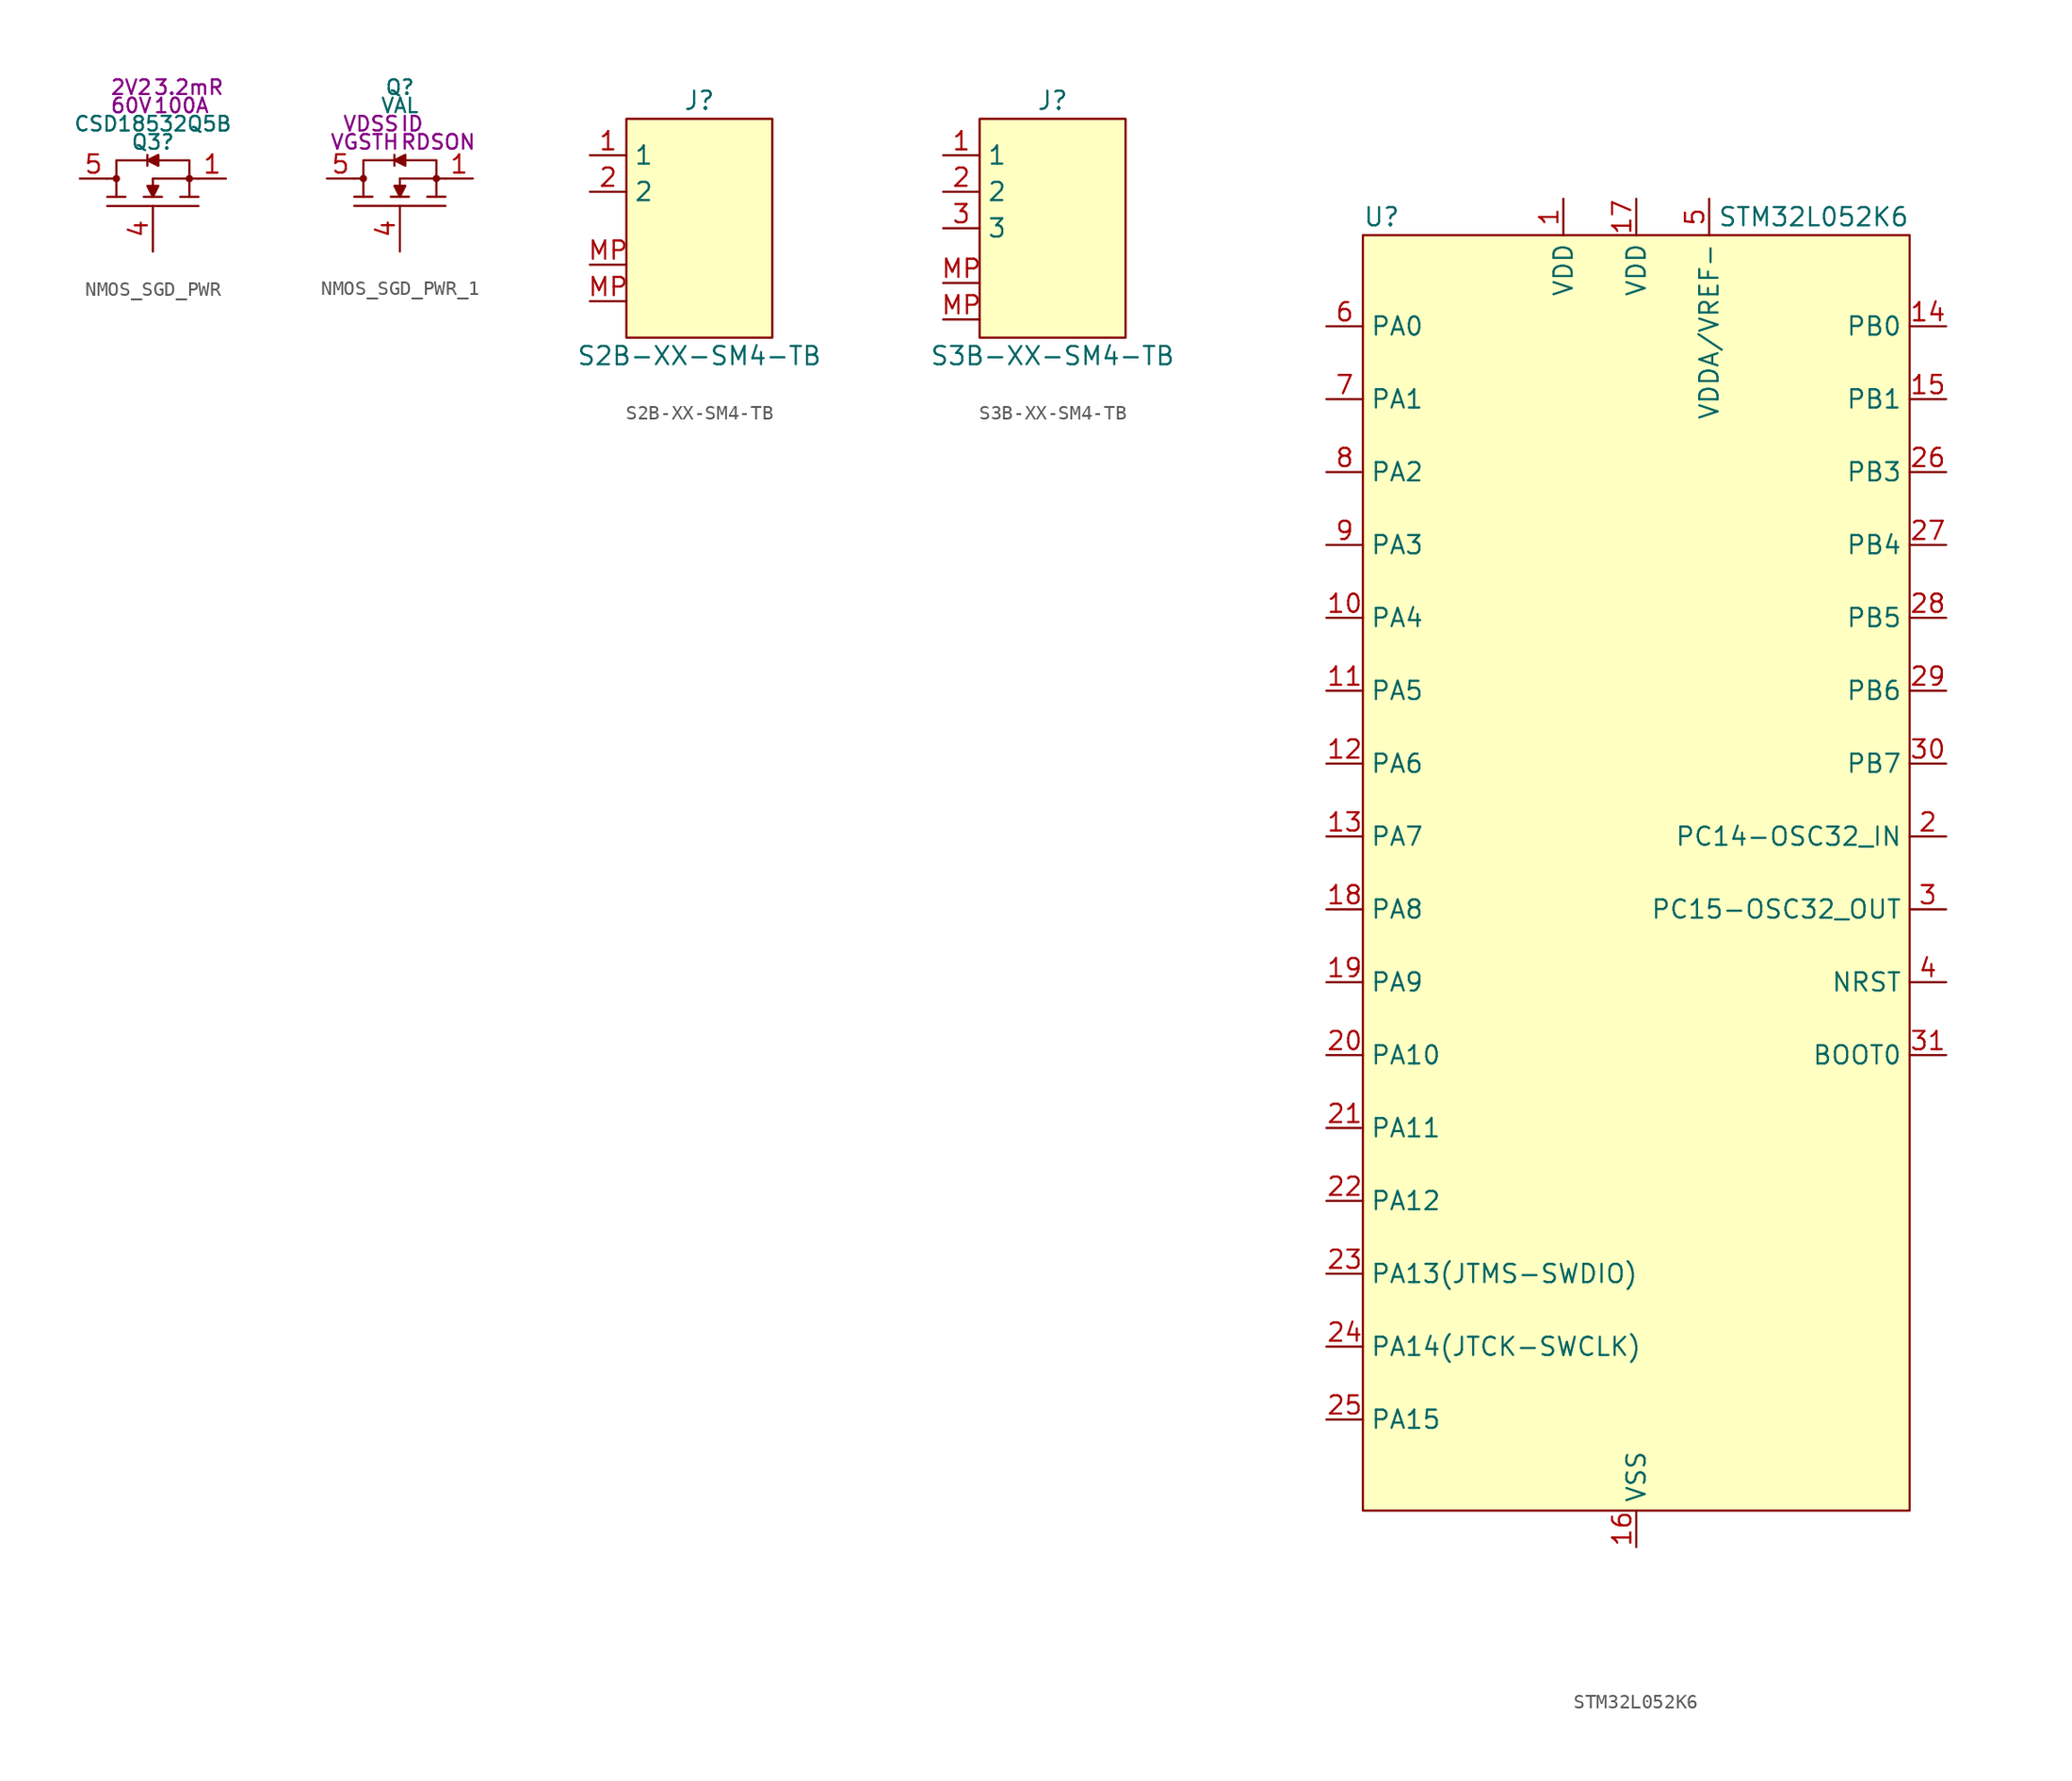
<source format=kicad_sym>
(kicad_symbol_lib
  (version 20231120)
  (generator "kicad_symbol_editor")
  (generator_version "8.0")
  (symbol "NMOS_SGD_PWR"
    (pin_names hide)
    (property "Reference" "Q3"
      (at 0 2.54 0)
      (effects (font (size 1.016 1.016))))
    (property "Value" "CSD18532Q5B"
      (at 0 3.81 0)
      (effects (font (size 1.016 1.016))))
    (property "VDSS" "60V"
      (at 0 5.08 0)
      (effects (font (size 1.016 1.016)) (justify right)))
    (property "VGSTH" "2V2"
      (at 0 6.35 0)
      (effects (font (size 1.016 1.016)) (justify right)))
    (property "ID" "100A"
      (at 0 5.08 0)
      (effects (font (size 1.016 1.016)) (justify left)))
    (property "RDSON" "3.2mR"
      (at 0 6.35 0)
      (effects (font (size 1.016 1.016)) (justify left)))
    (symbol "NMOS_SGD_PWR_0_1"
      (polyline (pts (xy -3.175 -1.27) (xy -1.905 -1.27)) (stroke (width 0) (type default)) (fill (type none)))
      (polyline (pts (xy -0.635 -1.27) (xy 0.635 -1.27)) (stroke (width 0) (type default)) (fill (type none)))
      (polyline (pts (xy 0 0) (xy 0 -0.508)) (stroke (width 0) (type default)) (fill (type none)))
      (polyline (pts (xy 1.905 -1.27) (xy 3.175 -1.27)) (stroke (width 0) (type default)) (fill (type none)))
      (polyline (pts (xy -2.54 -1.27) (xy -2.54 0) (xy -3.175 0)) (stroke (width 0) (type default)) (fill (type none)))
      (polyline (pts (xy 2.54 -1.27) (xy 2.54 0) (xy 3.175 0)) (stroke (width 0) (type default)) (fill (type none))))
    (symbol "NMOS_SGD_PWR_1_0"
      (pin passive line (at 5.08 0 180) (length 1.905) (name "" (effects (font (size 1.27 1.27)))) (number "1" (effects (font (size 1.27 1.27)))))
      (pin passive line (at 5.08 0 180) (length 1.905) hide (name "" (effects (font (size 1.27 1.27)))) (number "2" (effects (font (size 1.27 1.27)))))
      (pin passive line (at 5.08 0 180) (length 1.905) hide (name "" (effects (font (size 1.27 1.27)))) (number "3" (effects (font (size 1.27 1.27)))))
      (pin passive line (at 0 -5.08 90) (length 3.175) (name "" (effects (font (size 1.27 1.27)))) (number "4" (effects (font (size 1.27 1.27)))))
      (pin passive line (at -5.08 0 0) (length 1.905) (name "" (effects (font (size 1.27 1.27)))) (number "5" (effects (font (size 1.27 1.27)))))
      (pin passive line (at -5.08 0 0) (length 1.905) hide (name "" (effects (font (size 1.27 1.27)))) (number "6" (effects (font (size 1.27 1.27)))))
      (pin passive line (at -5.08 0 0) (length 1.905) hide (name "" (effects (font (size 1.27 1.27)))) (number "7" (effects (font (size 1.27 1.27)))))
      (pin passive line (at -5.08 0 0) (length 1.905) hide (name "" (effects (font (size 1.27 1.27)))) (number "8" (effects (font (size 1.27 1.27))))))
    (symbol "NMOS_SGD_PWR_1_1"
      (circle (center -2.54 0) (radius 0.18) (stroke (width 0) (type default)) (fill (type outline)))
      (polyline (pts (xy -3.175 -1.905) (xy 3.175 -1.905)) (stroke (width 0) (type default)) (fill (type none)))
      (polyline (pts (xy -0.381 1.651) (xy -0.381 0.889)) (stroke (width 0) (type default)) (fill (type none)))
      (polyline (pts (xy 0 0) (xy 2.54 0)) (stroke (width 0) (type default)) (fill (type none)))
      (polyline (pts (xy -2.54 0) (xy -2.54 1.27) (xy -0.381 1.27)) (stroke (width 0) (type default)) (fill (type none)))
      (polyline (pts (xy 0.381 1.27) (xy 2.54 1.27) (xy 2.54 0)) (stroke (width 0) (type default)) (fill (type none)))
      (polyline (pts (xy -0.381 1.27) (xy 0.381 0.889) (xy 0.381 1.651) (xy -0.381 1.27)) (stroke (width 0) (type default)) (fill (type outline)))
      (polyline (pts (xy 0 -1.27) (xy 0.381 -0.508) (xy -0.381 -0.508) (xy 0 -1.27)) (stroke (width 0) (type default)) (fill (type outline)))
      (circle (center 2.54 0) (radius 0.18) (stroke (width 0) (type default)) (fill (type outline)))))
  (symbol "NMOS_SGD_PWR_1"
    (pin_names hide)
    (property "Reference" "Q"
      (at 0 6.35 0)
      (do_not_autoplace)
      (effects (font (size 1.016 1.016))))
    (property "Value" "VAL"
      (at 0 5.08 0)
      (do_not_autoplace)
      (effects (font (size 1.016 1.016))))
    (property "VDSS" "VDSS"
      (at 0 3.81 0)
      (do_not_autoplace)
      (effects (font (size 1.016 1.016)) (justify right)))
    (property "VGSTH" "VGSTH"
      (at 0 2.54 0)
      (do_not_autoplace)
      (effects (font (size 1.016 1.016)) (justify right)))
    (property "ID" "ID"
      (at 0 3.81 0)
      (do_not_autoplace)
      (effects (font (size 1.016 1.016)) (justify left)))
    (property "RDSON" "RDSON"
      (at 0 2.54 0)
      (do_not_autoplace)
      (effects (font (size 1.016 1.016)) (justify left)))
    (symbol "NMOS_SGD_PWR_1_0_1"
      (polyline (pts (xy -3.175 -1.27) (xy -1.905 -1.27)) (stroke (width 0) (type default)) (fill (type none)))
      (polyline (pts (xy -0.635 -1.27) (xy 0.635 -1.27)) (stroke (width 0) (type default)) (fill (type none)))
      (polyline (pts (xy 0 0) (xy 0 -0.508)) (stroke (width 0) (type default)) (fill (type none)))
      (polyline (pts (xy 1.905 -1.27) (xy 3.175 -1.27)) (stroke (width 0) (type default)) (fill (type none)))
      (polyline (pts (xy -2.54 -1.27) (xy -2.54 0) (xy -3.175 0)) (stroke (width 0) (type default)) (fill (type none)))
      (polyline (pts (xy 2.54 -1.27) (xy 2.54 0) (xy 3.175 0)) (stroke (width 0) (type default)) (fill (type none))))
    (symbol "NMOS_SGD_PWR_1_1_0"
      (pin passive line (at 5.08 0 180) (length 1.905) (name "" (effects (font (size 1.27 1.27)))) (number "1" (effects (font (size 1.27 1.27)))))
      (pin passive line (at 5.08 0 180) (length 1.905) hide (name "" (effects (font (size 1.27 1.27)))) (number "2" (effects (font (size 1.27 1.27)))))
      (pin passive line (at 5.08 0 180) (length 1.905) hide (name "" (effects (font (size 1.27 1.27)))) (number "3" (effects (font (size 1.27 1.27)))))
      (pin passive line (at 0 -5.08 90) (length 3.175) (name "" (effects (font (size 1.27 1.27)))) (number "4" (effects (font (size 1.27 1.27)))))
      (pin passive line (at -5.08 0 0) (length 1.905) (name "" (effects (font (size 1.27 1.27)))) (number "5" (effects (font (size 1.27 1.27)))))
      (pin passive line (at -5.08 0 0) (length 1.905) hide (name "" (effects (font (size 1.27 1.27)))) (number "6" (effects (font (size 1.27 1.27)))))
      (pin passive line (at -5.08 0 0) (length 1.905) hide (name "" (effects (font (size 1.27 1.27)))) (number "7" (effects (font (size 1.27 1.27)))))
      (pin passive line (at -5.08 0 0) (length 1.905) hide (name "" (effects (font (size 1.27 1.27)))) (number "8" (effects (font (size 1.27 1.27))))))
    (symbol "NMOS_SGD_PWR_1_1_1"
      (circle (center -2.54 0) (radius 0.18) (stroke (width 0) (type default)) (fill (type outline)))
      (polyline (pts (xy -3.175 -1.905) (xy 3.175 -1.905)) (stroke (width 0) (type default)) (fill (type none)))
      (polyline (pts (xy -0.381 1.651) (xy -0.381 0.889)) (stroke (width 0) (type default)) (fill (type none)))
      (polyline (pts (xy 0 0) (xy 2.54 0)) (stroke (width 0) (type default)) (fill (type none)))
      (polyline (pts (xy -2.54 0) (xy -2.54 1.27) (xy -0.381 1.27)) (stroke (width 0) (type default)) (fill (type none)))
      (polyline (pts (xy 0.381 1.27) (xy 2.54 1.27) (xy 2.54 0)) (stroke (width 0) (type default)) (fill (type none)))
      (polyline (pts (xy -0.381 1.27) (xy 0.381 0.889) (xy 0.381 1.651) (xy -0.381 1.27)) (stroke (width 0) (type default)) (fill (type outline)))
      (polyline (pts (xy 0 -1.27) (xy 0.381 -0.508) (xy -0.381 -0.508) (xy 0 -1.27)) (stroke (width 0) (type default)) (fill (type outline)))
      (circle (center 2.54 0) (radius 0.18) (stroke (width 0) (type default)) (fill (type outline)))))
  (symbol "S2B-XX-SM4-TB"
    (property "Reference" "J"
      (at 0 8.89 0)
      (do_not_autoplace)
      (effects (font (size 1.27 1.27))))
    (property "Value" "S2B-XX-SM4-TB"
      (at 0 -8.89 0)
      (do_not_autoplace)
      (effects (font (size 1.27 1.27))))
    (symbol "S2B-XX-SM4-TB_1_0"
      (pin passive line (at -7.62 5.08 0) (length 2.54) (name "1" (effects (font (size 1.27 1.27)))) (number "1" (effects (font (size 1.27 1.27)))))
      (pin power_in line (at -7.62 2.54 0) (length 2.54) (name "2" (effects (font (size 1.27 1.27)))) (number "2" (effects (font (size 1.27 1.27)))))
      (pin passive line (at -7.62 -5.08 0) (length 2.54) (name "" (effects (font (size 1.27 1.27)))) (number "MP" (effects (font (size 1.27 1.27)))))
      (pin passive line (at -7.62 -2.54 0) (length 2.54) (name "" (effects (font (size 1.27 1.27)))) (number "MP" (effects (font (size 1.27 1.27))))))
    (symbol "S2B-XX-SM4-TB_1_1"
      (rectangle (start -5.08 7.62) (end 5.08 -7.62) (stroke (width 0) (type default)) (fill (type background)))))
  (symbol "S3B-XX-SM4-TB"
    (property "Reference" "J"
      (at 0 8.89 0)
      (do_not_autoplace)
      (effects (font (size 1.27 1.27))))
    (property "Value" "S3B-XX-SM4-TB"
      (at 0 -8.89 0)
      (do_not_autoplace)
      (effects (font (size 1.27 1.27))))
    (symbol "S3B-XX-SM4-TB_1_0"
      (pin passive line (at -7.62 5.08 0) (length 2.54) (name "1" (effects (font (size 1.27 1.27)))) (number "1" (effects (font (size 1.27 1.27)))))
      (pin power_in line (at -7.62 2.54 0) (length 2.54) (name "2" (effects (font (size 1.27 1.27)))) (number "2" (effects (font (size 1.27 1.27)))))
      (pin power_in line (at -7.62 0 0) (length 2.54) (name "3" (effects (font (size 1.27 1.27)))) (number "3" (effects (font (size 1.27 1.27)))))
      (pin passive line (at -7.62 -6.35 0) (length 2.54) (name "" (effects (font (size 1.27 1.27)))) (number "MP" (effects (font (size 1.27 1.27)))))
      (pin passive line (at -7.62 -3.81 0) (length 2.54) (name "" (effects (font (size 1.27 1.27)))) (number "MP" (effects (font (size 1.27 1.27))))))
    (symbol "S3B-XX-SM4-TB_1_1"
      (rectangle (start -5.08 7.62) (end 5.08 -7.62) (stroke (width 0) (type default)) (fill (type background)))))
  (symbol "STM32L052K6"
    (property "Reference" "U"
      (at -19.05 45.72 0)
      (do_not_autoplace)
      (effects (font (size 1.27 1.27)) (justify left)))
    (property "Value" "STM32L052K6"
      (at 19.05 45.72 0)
      (do_not_autoplace)
      (effects (font (size 1.27 1.27)) (justify right)))
    (symbol "STM32L052K6_0_0"
      (pin power_in line (at -5.08 46.99 270) (length 2.54) (name "VDD" (effects (font (size 1.27 1.27)))) (number "1" (effects (font (size 1.27 1.27)))))
      (pin passive line (at 0 -46.99 90) (length 2.54) (name "VSS" (effects (font (size 1.27 1.27)))) (number "16" (effects (font (size 1.27 1.27)))))
      (pin power_in line (at 0 46.99 270) (length 2.54) (name "VDD" (effects (font (size 1.27 1.27)))) (number "17" (effects (font (size 1.27 1.27)))))
      (pin bidirectional line (at 21.59 2.54 180) (length 2.54) (name "PC14-OSC32_IN" (effects (font (size 1.27 1.27)))) (number "2" (effects (font (size 1.27 1.27)))))
      (pin bidirectional line (at 21.59 -12.7 180) (length 2.54) (name "BOOT0" (effects (font (size 1.27 1.27)))) (number "31" (effects (font (size 1.27 1.27)))))
      (pin input line (at 21.59 -7.62 180) (length 2.54) (name "NRST" (effects (font (size 1.27 1.27)))) (number "4" (effects (font (size 1.27 1.27)))))
      (pin power_in line (at 5.08 46.99 270) (length 2.54) (name "VDDA/VREF-" (effects (font (size 1.27 1.27)))) (number "5" (effects (font (size 1.27 1.27))))))
    (symbol "STM32L052K6_1_0"
      (pin bidirectional line (at -21.59 17.78 0) (length 2.54) (name "PA4" (effects (font (size 1.27 1.27)))) (number "10" (effects (font (size 1.27 1.27)))) (alternate "SPI3_NSS" bidirectional line) (alternate "SPI_NSS" bidirectional line) (alternate "USART2_CK" output clock))
      (pin bidirectional line (at -21.59 12.7 0) (length 2.54) (name "PA5" (effects (font (size 1.27 1.27)))) (number "11" (effects (font (size 1.27 1.27)))) (alternate "SPI1_SCK" output clock))
      (pin bidirectional line (at -21.59 7.62 0) (length 2.54) (name "PA6" (effects (font (size 1.27 1.27)))) (number "12" (effects (font (size 1.27 1.27)))) (alternate "LPUART1_CTS" output line) (alternate "SPI1_MISO" input line) (alternate "USART3_CTS" output line))
      (pin bidirectional line (at -21.59 2.54 0) (length 2.54) (name "PA7" (effects (font (size 1.27 1.27)))) (number "13" (effects (font (size 1.27 1.27)))) (alternate "I2C3_SCL" output clock) (alternate "QUADSPI_BK1_IO2" bidirectional line) (alternate "SPI1_MOSI" output line))
      (pin bidirectional line (at 21.59 38.1 180) (length 2.54) (name "PB0" (effects (font (size 1.27 1.27)))) (number "14" (effects (font (size 1.27 1.27)))) (alternate "QUADSPI_BK1_IO1" bidirectional line) (alternate "SPI1_NSS" bidirectional line) (alternate "USART3_CK" output clock))
      (pin bidirectional line (at 21.59 33.02 180) (length 2.54) (name "PB1" (effects (font (size 1.27 1.27)))) (number "15" (effects (font (size 1.27 1.27)))) (alternate "LPUART1_RTS_DE" input line) (alternate "QUADSPI_BK1_IO0" bidirectional line) (alternate "USART3_RTS_DE" input line))
      (pin bidirectional line (at -21.59 -2.54 0) (length 2.54) (name "PA8" (effects (font (size 1.27 1.27)))) (number "18" (effects (font (size 1.27 1.27)))) (alternate "USART1_CK" output clock))
      (pin bidirectional line (at -21.59 -7.62 0) (length 2.54) (name "PA9" (effects (font (size 1.27 1.27)))) (number "19" (effects (font (size 1.27 1.27)))) (alternate "I2C1_SCL" output clock) (alternate "USART1_TX" output line))
      (pin bidirectional line (at -21.59 -12.7 0) (length 2.54) (name "PA10" (effects (font (size 1.27 1.27)))) (number "20" (effects (font (size 1.27 1.27)))) (alternate "I2C1_SDA" bidirectional line) (alternate "USART1_RX" input line))
      (pin bidirectional line (at -21.59 -17.78 0) (length 2.54) (name "PA11" (effects (font (size 1.27 1.27)))) (number "21" (effects (font (size 1.27 1.27)))) (alternate "SPI1_MISO" input line) (alternate "USART1_CTS" output line) (alternate "USB_DM" bidirectional inverted))
      (pin bidirectional line (at -21.59 -22.86 0) (length 2.54) (name "PA12" (effects (font (size 1.27 1.27)))) (number "22" (effects (font (size 1.27 1.27)))) (alternate "SPI1_MOSI" output line) (alternate "USART1_RTS_DE" input line) (alternate "USB_DP" bidirectional line))
      (pin bidirectional line (at -21.59 -27.94 0) (length 2.54) (name "PA13(JTMS-SWDIO)" (effects (font (size 1.27 1.27)))) (number "23" (effects (font (size 1.27 1.27)))))
      (pin bidirectional line (at -21.59 -33.02 0) (length 2.54) (name "PA14(JTCK-SWCLK)" (effects (font (size 1.27 1.27)))) (number "24" (effects (font (size 1.27 1.27)))) (alternate "I2C1_SMBA" bidirectional line))
      (pin bidirectional line (at -21.59 -38.1 0) (length 2.54) (name "PA15" (effects (font (size 1.27 1.27)))) (number "25" (effects (font (size 1.27 1.27)))) (alternate "SPI1_NSS" bidirectional line) (alternate "SPI3_NSS" bidirectional line) (alternate "USART2_RX" input line) (alternate "USART3_RTS_DE" input line))
      (pin bidirectional line (at 21.59 27.94 180) (length 2.54) (name "PB3" (effects (font (size 1.27 1.27)))) (number "26" (effects (font (size 1.27 1.27)))) (alternate "SPI1_SCK" output clock) (alternate "SPI3_SCK" output clock) (alternate "USART1_RTS_DE" input line))
      (pin bidirectional line (at 21.59 22.86 180) (length 2.54) (name "PB4" (effects (font (size 1.27 1.27)))) (number "27" (effects (font (size 1.27 1.27)))) (alternate "I2C3_SDA" bidirectional line) (alternate "SPI1_MISO" input line) (alternate "SPI3_MISO" input line) (alternate "USART1_CTS" output line))
      (pin bidirectional line (at 21.59 17.78 180) (length 2.54) (name "PB5" (effects (font (size 1.27 1.27)))) (number "28" (effects (font (size 1.27 1.27)))) (alternate "I2C1_SMBA" bidirectional line) (alternate "SPI1_MOSI" output line) (alternate "SPI3_MOSI" output line) (alternate "USART1_CK" output clock))
      (pin bidirectional line (at 21.59 12.7 180) (length 2.54) (name "PB6" (effects (font (size 1.27 1.27)))) (number "29" (effects (font (size 1.27 1.27)))) (alternate "I2C1_SCL" output clock) (alternate "USART1_TX" output line))
      (pin bidirectional line (at 21.59 -2.54 180) (length 2.54) (name "PC15-OSC32_OUT" (effects (font (size 1.27 1.27)))) (number "3" (effects (font (size 1.27 1.27)))))
      (pin bidirectional line (at 21.59 7.62 180) (length 2.54) (name "PB7" (effects (font (size 1.27 1.27)))) (number "30" (effects (font (size 1.27 1.27)))) (alternate "I2C1_SDA" bidirectional line) (alternate "USART1_RX" input line))
      (pin passive line (at 0 -46.99 90) (length 2.54) hide (name "VSS" (effects (font (size 1.27 1.27)))) (number "32" (effects (font (size 1.27 1.27)))))
      (pin passive line (at 0 -46.99 90) (length 2.54) hide (name "VSS" (effects (font (size 1.27 1.27)))) (number "33" (effects (font (size 1.27 1.27)))))
      (pin bidirectional line (at -21.59 38.1 0) (length 2.54) (name "PA0" (effects (font (size 1.27 1.27)))) (number "6" (effects (font (size 1.27 1.27)))) (alternate "USART2_CTS" output line))
      (pin bidirectional line (at -21.59 33.02 0) (length 2.54) (name "PA1" (effects (font (size 1.27 1.27)))) (number "7" (effects (font (size 1.27 1.27)))) (alternate "I2C1_SMBA" output line) (alternate "SPI1_SCK" output clock) (alternate "USART2_RTS_DE" input line))
      (pin bidirectional line (at -21.59 27.94 0) (length 2.54) (name "PA2" (effects (font (size 1.27 1.27)))) (number "8" (effects (font (size 1.27 1.27)))) (alternate "LPUART1_TX" output line) (alternate "QUADSPI_BK1_NCS" bidirectional clock) (alternate "USART2_TX" output line))
      (pin bidirectional line (at -21.59 22.86 0) (length 2.54) (name "PA3" (effects (font (size 1.27 1.27)))) (number "9" (effects (font (size 1.27 1.27)))) (alternate "LPUART_RX" input line) (alternate "QUADSPI_CLK" output clock) (alternate "USART2_RX" input line)))
    (symbol "STM32L052K6_1_1"
      (rectangle (start -19.05 44.45) (end 19.05 -44.45) (stroke (width 0) (type default)) (fill (type background))))))
</source>
